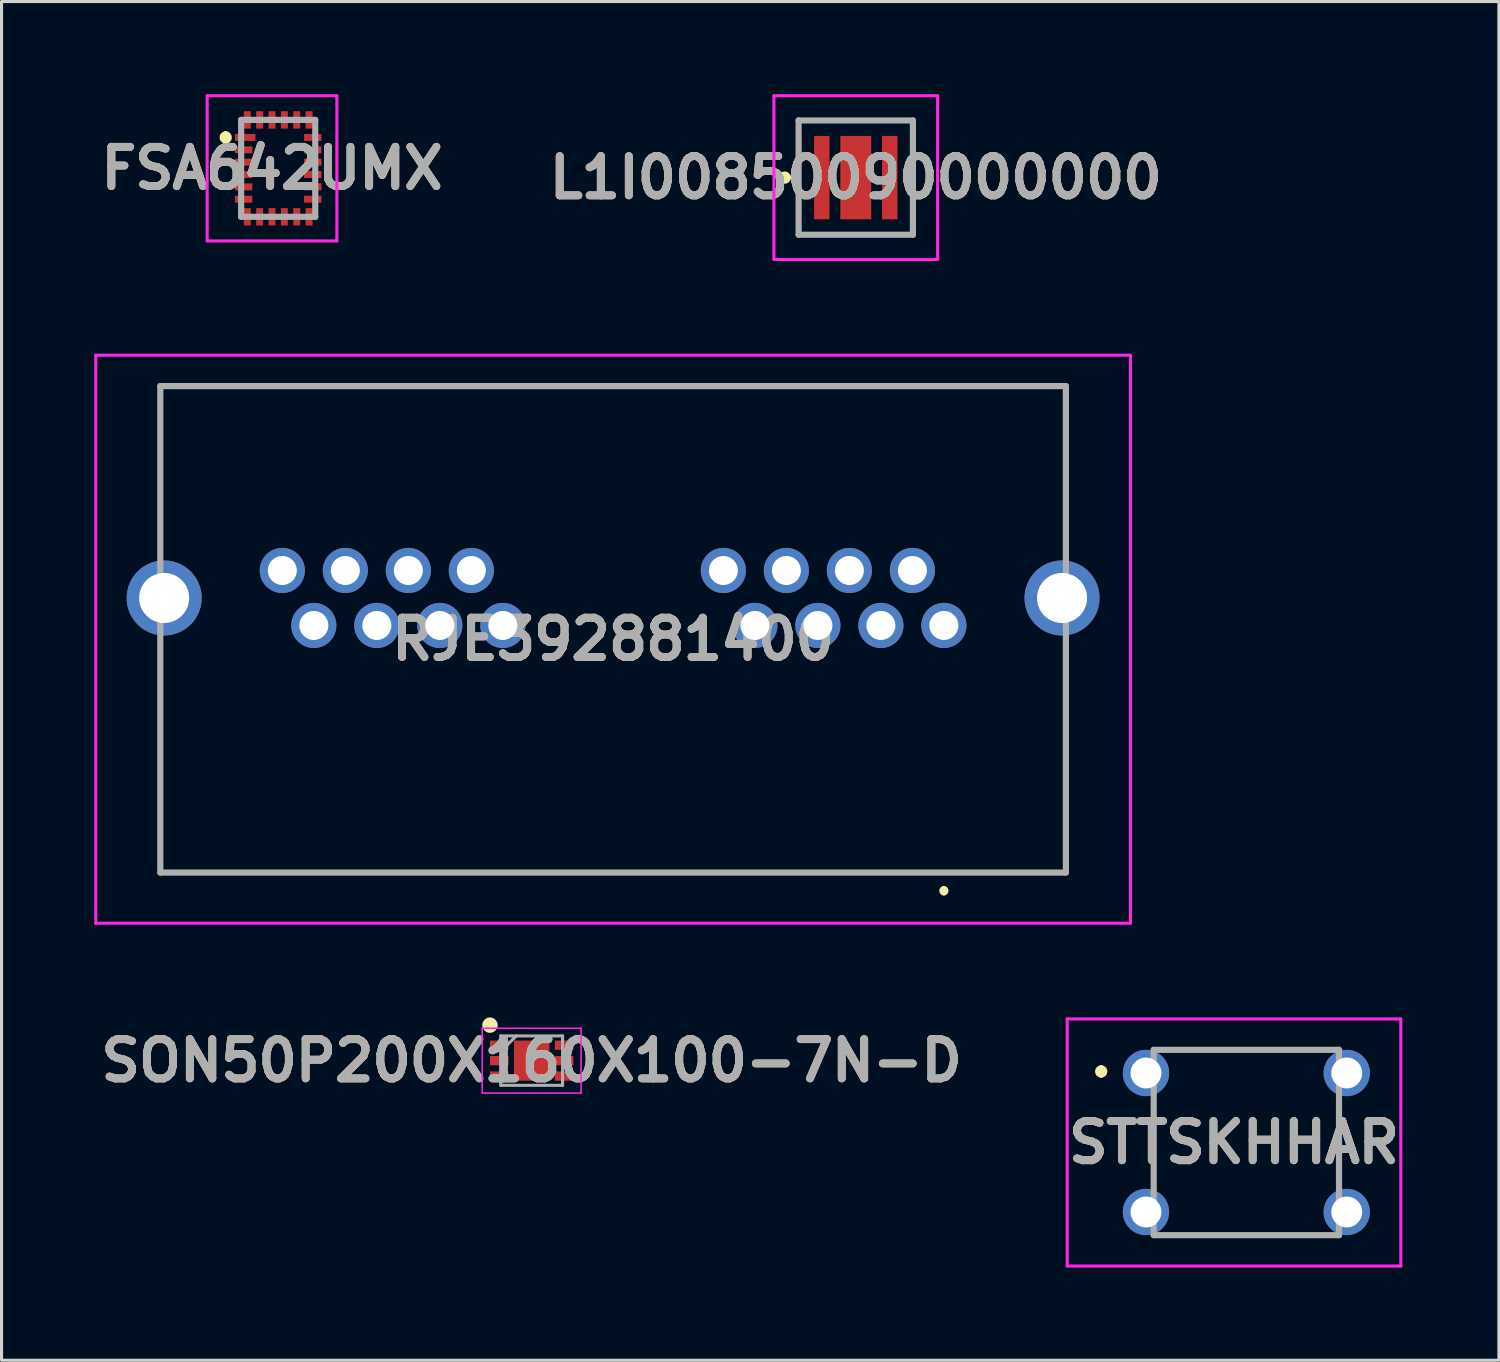
<source format=kicad_pcb>
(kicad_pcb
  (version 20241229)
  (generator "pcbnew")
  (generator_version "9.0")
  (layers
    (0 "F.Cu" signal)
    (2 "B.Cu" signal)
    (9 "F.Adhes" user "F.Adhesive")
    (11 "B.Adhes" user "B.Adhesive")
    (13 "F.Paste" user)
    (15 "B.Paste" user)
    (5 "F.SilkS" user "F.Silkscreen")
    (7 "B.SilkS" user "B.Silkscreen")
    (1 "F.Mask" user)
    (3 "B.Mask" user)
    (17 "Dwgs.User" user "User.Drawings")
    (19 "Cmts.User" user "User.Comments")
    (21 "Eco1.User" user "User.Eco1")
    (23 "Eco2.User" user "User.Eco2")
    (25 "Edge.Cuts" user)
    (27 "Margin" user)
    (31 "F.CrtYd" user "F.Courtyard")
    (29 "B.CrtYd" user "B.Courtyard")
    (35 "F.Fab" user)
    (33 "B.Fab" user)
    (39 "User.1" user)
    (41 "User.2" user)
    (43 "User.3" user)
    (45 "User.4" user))
  (footprint "RJE392881400"
    (layer "F.Cu")
    (at 27.51 17.2)
    (property "Reference" "RJE392881400" (at -10.71 0.445 0) (layer "F.SilkS") (effects (font (size 1.27 1.27) (thickness 0.254))))
    (attr through_hole)
    (fp_line (start -23.465 -7.75) (end 2.045 -7.75) (stroke (width 0.1) (type solid)) (layer "F.SilkS"))
    (fp_line (start -23.465 8) (end 2.045 8) (stroke (width 0.1) (type solid)) (layer "F.SilkS"))
    (fp_line (start 0 8.54) (end 0 8.54) (stroke (width 0.2) (type solid)) (layer "F.SilkS"))
    (fp_line (start 0 8.64) (end 0 8.64) (stroke (width 0.2) (type solid)) (layer "F.SilkS"))
    (fp_line (start 2.045 -7.75) (end 3.95 -7.75) (stroke (width 0.1) (type solid)) (layer "F.SilkS"))
    (fp_arc (start 0 8.54) (mid 0.05 8.59) (end 0 8.64) (stroke (width 0.2) (type solid)) (layer "F.SilkS"))
    (fp_arc (start 0 8.64) (mid -0.05 8.59) (end 0 8.54) (stroke (width 0.2) (type solid)) (layer "F.SilkS"))
    (fp_line (start -27.46 -8.75) (end 6.04 -8.75) (stroke (width 0.1) (type solid)) (layer "F.CrtYd"))
    (fp_line (start -27.46 9.64) (end -27.46 -8.75) (stroke (width 0.1) (type solid)) (layer "F.CrtYd"))
    (fp_line (start 6.04 -8.75) (end 6.04 9.64) (stroke (width 0.1) (type solid)) (layer "F.CrtYd"))
    (fp_line (start 6.04 9.64) (end -27.46 9.64) (stroke (width 0.1) (type solid)) (layer "F.CrtYd"))
    (fp_line (start -25.37 -7.75) (end 3.95 -7.75) (stroke (width 0.2) (type solid)) (layer "F.Fab"))
    (fp_line (start -25.37 8) (end -25.37 -7.75) (stroke (width 0.2) (type solid)) (layer "F.Fab"))
    (fp_line (start 3.95 -7.75) (end 3.95 8) (stroke (width 0.2) (type solid)) (layer "F.Fab"))
    (fp_line (start 3.95 8) (end -25.37 8) (stroke (width 0.2) (type solid)) (layer "F.Fab"))
    (fp_text user "${REFERENCE}" (at -10.71 0.445 0) (layer "F.Fab") (effects (font (size 1.27 1.27) (thickness 0.254))))
    (pad "" np_thru_hole circle (at -23.465 2.54) (size 0.001 0.001) (drill 3.3) (layers "*.Cu" "*.Mask"))
    (pad "" np_thru_hole circle (at 2.045 2.54) (size 0.001 0.001) (drill 3.3) (layers "*.Cu" "*.Mask"))
    (pad "1" thru_hole circle (at 0 0) (size 1.462 1.462) (drill 0.94) (layers "*.Cu" "*.Mask"))
    (pad "2" thru_hole circle (at -1.02 -1.78) (size 1.462 1.462) (drill 0.94) (layers "*.Cu" "*.Mask"))
    (pad "3" thru_hole circle (at -2.04 0) (size 1.462 1.462) (drill 0.94) (layers "*.Cu" "*.Mask"))
    (pad "4" thru_hole circle (at -3.06 -1.78) (size 1.462 1.462) (drill 0.94) (layers "*.Cu" "*.Mask"))
    (pad "5" thru_hole circle (at -4.08 0) (size 1.462 1.462) (drill 0.94) (layers "*.Cu" "*.Mask"))
    (pad "6" thru_hole circle (at -5.1 -1.78) (size 1.462 1.462) (drill 0.94) (layers "*.Cu" "*.Mask"))
    (pad "7" thru_hole circle (at -6.12 0) (size 1.462 1.462) (drill 0.94) (layers "*.Cu" "*.Mask"))
    (pad "8" thru_hole circle (at -7.14 -1.78) (size 1.462 1.462) (drill 0.94) (layers "*.Cu" "*.Mask"))
    (pad "9" thru_hole circle (at -14.28 0) (size 1.462 1.462) (drill 0.94) (layers "*.Cu" "*.Mask"))
    (pad "10" thru_hole circle (at -15.3 -1.78) (size 1.462 1.462) (drill 0.94) (layers "*.Cu" "*.Mask"))
    (pad "11" thru_hole circle (at -16.32 0) (size 1.462 1.462) (drill 0.94) (layers "*.Cu" "*.Mask"))
    (pad "12" thru_hole circle (at -17.34 -1.78) (size 1.462 1.462) (drill 0.94) (layers "*.Cu" "*.Mask"))
    (pad "13" thru_hole circle (at -18.36 0) (size 1.462 1.462) (drill 0.94) (layers "*.Cu" "*.Mask"))
    (pad "14" thru_hole circle (at -19.38 -1.78) (size 1.462 1.462) (drill 0.94) (layers "*.Cu" "*.Mask"))
    (pad "15" thru_hole circle (at -20.4 0) (size 1.462 1.462) (drill 0.94) (layers "*.Cu" "*.Mask"))
    (pad "16" thru_hole circle (at -21.42 -1.78) (size 1.462 1.462) (drill 0.94) (layers "*.Cu" "*.Mask"))
    (pad "MH1" thru_hole circle (at -25.245 -0.89) (size 2.43 2.43) (drill 1.62) (layers "*.Cu" "*.Mask"))
    (pad "MH2" thru_hole circle (at 3.825 -0.89) (size 2.43 2.43) (drill 1.62) (layers "*.Cu" "*.Mask")))
  (footprint "STTSKHHAR"
    (layer "F.Cu")
    (at 36.528 33.94)
    (property "Reference" "STTSKHHAR" (at 0.375 0 0) (layer "F.SilkS") (effects (font (size 1.27 1.27) (thickness 0.254))))
    (attr through_hole)
    (fp_line (start -3.925 -2.4) (end -3.925 -2.4) (stroke (width 0.2) (type solid)) (layer "F.SilkS"))
    (fp_line (start -3.925 -2.2) (end -3.925 -2.2) (stroke (width 0.2) (type solid)) (layer "F.SilkS"))
    (fp_line (start -2.225 1) (end -2.225 -1) (stroke (width 0.1) (type solid)) (layer "F.SilkS"))
    (fp_line (start -1.725 -3) (end 3.275 -3) (stroke (width 0.1) (type solid)) (layer "F.SilkS"))
    (fp_line (start -1.725 3) (end 3.275 3) (stroke (width 0.1) (type solid)) (layer "F.SilkS"))
    (fp_line (start 3.775 1) (end 3.775 -1) (stroke (width 0.1) (type solid)) (layer "F.SilkS"))
    (fp_arc (start -3.925 -2.4) (mid -3.825 -2.3) (end -3.925 -2.2) (stroke (width 0.2) (type solid)) (layer "F.SilkS"))
    (fp_arc (start -3.925 -2.2) (mid -4.025 -2.3) (end -3.925 -2.4) (stroke (width 0.2) (type solid)) (layer "F.SilkS"))
    (fp_line (start -5.025 -4) (end 5.775 -4) (stroke (width 0.1) (type solid)) (layer "F.CrtYd"))
    (fp_line (start -5.025 4) (end -5.025 -4) (stroke (width 0.1) (type solid)) (layer "F.CrtYd"))
    (fp_line (start 5.775 -4) (end 5.775 4) (stroke (width 0.1) (type solid)) (layer "F.CrtYd"))
    (fp_line (start 5.775 4) (end -5.025 4) (stroke (width 0.1) (type solid)) (layer "F.CrtYd"))
    (fp_line (start -2.225 -3) (end 3.775 -3) (stroke (width 0.2) (type solid)) (layer "F.Fab"))
    (fp_line (start -2.225 3) (end -2.225 -3) (stroke (width 0.2) (type solid)) (layer "F.Fab"))
    (fp_line (start 3.775 -3) (end 3.775 3) (stroke (width 0.2) (type solid)) (layer "F.Fab"))
    (fp_line (start 3.775 3) (end -2.225 3) (stroke (width 0.2) (type solid)) (layer "F.Fab"))
    (fp_text user "${REFERENCE}" (at 0.375 0 0) (layer "F.Fab") (effects (font (size 1.27 1.27) (thickness 0.254))))
    (pad "1" thru_hole circle (at -2.475 -2.25) (size 1.5 1.5) (drill 1) (layers "*.Cu" "*.Mask"))
    (pad "2" thru_hole circle (at 4.025 -2.25) (size 1.5 1.5) (drill 1) (layers "*.Cu" "*.Mask"))
    (pad "3" thru_hole circle (at 4.025 2.25) (size 1.5 1.5) (drill 1) (layers "*.Cu" "*.Mask"))
    (pad "4" thru_hole circle (at -2.475 2.25) (size 1.5 1.5) (drill 1) (layers "*.Cu" "*.Mask")))
  (footprint "L1I00850090000000"
    (layer "F.Cu")
    (at 24.657 2.7)
    (property "Reference" "L1I00850090000000" (at 0 0 0) (layer "F.SilkS") (effects (font (size 1.27 1.27) (thickness 0.254))))
    (attr smd)
    (fp_line (start -2.4 0) (end -2.4 0) (stroke (width 0.2) (type solid)) (layer "F.SilkS"))
    (fp_line (start -2.2 0) (end -2.2 0) (stroke (width 0.2) (type solid)) (layer "F.SilkS"))
    (fp_line (start -1.85 -1.85) (end 1.85 -1.85) (stroke (width 0.1) (type solid)) (layer "F.SilkS"))
    (fp_line (start -1.85 1.85) (end -1.85 -1.85) (stroke (width 0.1) (type solid)) (layer "F.SilkS"))
    (fp_line (start 1.85 -1.85) (end 1.85 1.85) (stroke (width 0.1) (type solid)) (layer "F.SilkS"))
    (fp_line (start 1.85 1.85) (end -1.85 1.85) (stroke (width 0.1) (type solid)) (layer "F.SilkS"))
    (fp_arc (start -2.4 0) (mid -2.3 -0.1) (end -2.2 0) (stroke (width 0.2) (type solid)) (layer "F.SilkS"))
    (fp_arc (start -2.2 0) (mid -2.3 0.1) (end -2.4 0) (stroke (width 0.2) (type solid)) (layer "F.SilkS"))
    (fp_line (start -2.65 -2.65) (end 2.65 -2.65) (stroke (width 0.1) (type solid)) (layer "F.CrtYd"))
    (fp_line (start -2.65 2.65) (end -2.65 -2.65) (stroke (width 0.1) (type solid)) (layer "F.CrtYd"))
    (fp_line (start 2.65 -2.65) (end 2.65 2.65) (stroke (width 0.1) (type solid)) (layer "F.CrtYd"))
    (fp_line (start 2.65 2.65) (end -2.65 2.65) (stroke (width 0.1) (type solid)) (layer "F.CrtYd"))
    (fp_line (start -1.85 -1.85) (end 1.85 -1.85) (stroke (width 0.2) (type solid)) (layer "F.Fab"))
    (fp_line (start -1.85 1.85) (end -1.85 -1.85) (stroke (width 0.2) (type solid)) (layer "F.Fab"))
    (fp_line (start 1.85 -1.85) (end 1.85 1.85) (stroke (width 0.2) (type solid)) (layer "F.Fab"))
    (fp_line (start 1.85 1.85) (end -1.85 1.85) (stroke (width 0.2) (type solid)) (layer "F.Fab"))
    (fp_text user "${REFERENCE}" (at 0 0 0) (layer "F.Fab") (effects (font (size 1.27 1.27) (thickness 0.254))))
    (pad "1" smd rect (at -1.1 0) (size 0.5 2.7) (layers "F.Cu" "F.Mask" "F.Paste"))
    (pad "2" smd rect (at 0 0) (size 1 2.7) (layers "F.Cu" "F.Mask" "F.Paste"))
    (pad "3" smd rect (at 1.1 0) (size 0.5 2.7) (layers "F.Cu" "F.Mask" "F.Paste")))
  (footprint "FSA642UMX"
    (layer "F.Cu")
    (at 5.957 2.4)
    (property "Reference" "FSA642UMX" (at -0.2 0 0) (layer "F.SilkS") (effects (font (size 1.27 1.27) (thickness 0.254))))
    (attr smd)
    (fp_line (start -1.7 -1.1) (end -1.7 -1.1) (stroke (width 0.2) (type solid)) (layer "F.SilkS"))
    (fp_line (start -1.7 -0.9) (end -1.7 -0.9) (stroke (width 0.2) (type solid)) (layer "F.SilkS"))
    (fp_arc (start -1.7 -1.1) (mid -1.6 -1) (end -1.7 -0.9) (stroke (width 0.2) (type solid)) (layer "F.SilkS"))
    (fp_arc (start -1.7 -0.9) (mid -1.8 -1) (end -1.7 -1.1) (stroke (width 0.2) (type solid)) (layer "F.SilkS"))
    (fp_line (start -2.3 -2.35) (end 1.9 -2.35) (stroke (width 0.1) (type solid)) (layer "F.CrtYd"))
    (fp_line (start -2.3 2.35) (end -2.3 -2.35) (stroke (width 0.1) (type solid)) (layer "F.CrtYd"))
    (fp_line (start 1.9 -2.35) (end 1.9 2.35) (stroke (width 0.1) (type solid)) (layer "F.CrtYd"))
    (fp_line (start 1.9 2.35) (end -2.3 2.35) (stroke (width 0.1) (type solid)) (layer "F.CrtYd"))
    (fp_line (start -1.2 -1.568) (end 1.2 -1.568) (stroke (width 0.2) (type solid)) (layer "F.Fab"))
    (fp_line (start -1.2 1.569) (end -1.2 -1.568) (stroke (width 0.2) (type solid)) (layer "F.Fab"))
    (fp_line (start 1.2 -1.568) (end 1.2 1.569) (stroke (width 0.2) (type solid)) (layer "F.Fab"))
    (fp_line (start 1.2 1.569) (end -1.2 1.569) (stroke (width 0.2) (type solid)) (layer "F.Fab"))
    (fp_text user "${REFERENCE}" (at -0.2 0 0) (layer "F.Fab") (effects (font (size 1.27 1.27) (thickness 0.254))))
    (pad "1" smd rect (at -1.069 -1 90) (size 0.225 0.663) (layers "F.Cu" "F.Mask" "F.Paste"))
    (pad "2" smd rect (at -1.119 -0.6 90) (size 0.225 0.563) (layers "F.Cu" "F.Mask" "F.Paste"))
    (pad "3" smd rect (at -1.119 -0.2 90) (size 0.225 0.563) (layers "F.Cu" "F.Mask" "F.Paste"))
    (pad "4" smd rect (at -1.119 0.2 90) (size 0.225 0.563) (layers "F.Cu" "F.Mask" "F.Paste"))
    (pad "5" smd rect (at -1.119 0.6 90) (size 0.225 0.563) (layers "F.Cu" "F.Mask" "F.Paste"))
    (pad "6" smd rect (at -1.119 1 90) (size 0.225 0.563) (layers "F.Cu" "F.Mask" "F.Paste"))
    (pad "7" smd rect (at 1.119 1 90) (size 0.225 0.563) (layers "F.Cu" "F.Mask" "F.Paste"))
    (pad "8" smd rect (at 1.119 0.6 90) (size 0.225 0.563) (layers "F.Cu" "F.Mask" "F.Paste"))
    (pad "9" smd rect (at 1.119 0.2 90) (size 0.225 0.563) (layers "F.Cu" "F.Mask" "F.Paste"))
    (pad "10" smd rect (at 1.119 -0.2 90) (size 0.225 0.563) (layers "F.Cu" "F.Mask" "F.Paste"))
    (pad "11" smd rect (at 1.119 -0.6 90) (size 0.225 0.563) (layers "F.Cu" "F.Mask" "F.Paste"))
    (pad "12" smd rect (at 1.119 -1 90) (size 0.225 0.563) (layers "F.Cu" "F.Mask" "F.Paste"))
    (pad "13" smd rect (at -0.2 1.569) (size 0.225 0.563) (layers "F.Cu" "F.Mask" "F.Paste"))
    (pad "14" smd rect (at -0.6 1.569) (size 0.225 0.563) (layers "F.Cu" "F.Mask" "F.Paste"))
    (pad "15" smd rect (at -1 1.569) (size 0.225 0.563) (layers "F.Cu" "F.Mask" "F.Paste"))
    (pad "16" smd rect (at 0.2 1.569) (size 0.225 0.563) (layers "F.Cu" "F.Mask" "F.Paste"))
    (pad "17" smd rect (at 0.6 1.569) (size 0.225 0.563) (layers "F.Cu" "F.Mask" "F.Paste"))
    (pad "18" smd rect (at 1 1.569) (size 0.225 0.563) (layers "F.Cu" "F.Mask" "F.Paste"))
    (pad "19" smd rect (at 1 -1.568) (size 0.225 0.563) (layers "F.Cu" "F.Mask" "F.Paste"))
    (pad "20" smd rect (at 0.6 -1.568) (size 0.225 0.563) (layers "F.Cu" "F.Mask" "F.Paste"))
    (pad "21" smd rect (at 0.2 -1.568) (size 0.225 0.563) (layers "F.Cu" "F.Mask" "F.Paste"))
    (pad "22" smd rect (at -0.2 -1.568) (size 0.225 0.563) (layers "F.Cu" "F.Mask" "F.Paste"))
    (pad "23" smd rect (at -0.6 -1.568) (size 0.225 0.563) (layers "F.Cu" "F.Mask" "F.Paste"))
    (pad "24" smd rect (at -1 -1.568) (size 0.225 0.563) (layers "F.Cu" "F.Mask" "F.Paste")))
  (footprint "SON50P200X160X100-7N-D"
    (layer "F.Cu")
    (at 14.164 31.29)
    (property "Reference" "SON50P200X160X100-7N-D" (at 0 0 0) (layer "F.SilkS") (effects (font (size 1.27 1.27) (thickness 0.254))))
    (attr smd)
    (fp_circle (center -1.35 -1.15) (end -1.35 -1.025) (stroke (width 0.25) (type solid)) (fill no) (layer "F.SilkS"))
    (fp_line (start -1.6 -1.05) (end 1.6 -1.05) (stroke (width 0.05) (type solid)) (layer "F.CrtYd"))
    (fp_line (start -1.6 1.05) (end -1.6 -1.05) (stroke (width 0.05) (type solid)) (layer "F.CrtYd"))
    (fp_line (start 1.6 -1.05) (end 1.6 1.05) (stroke (width 0.05) (type solid)) (layer "F.CrtYd"))
    (fp_line (start 1.6 1.05) (end -1.6 1.05) (stroke (width 0.05) (type solid)) (layer "F.CrtYd"))
    (fp_line (start -1 -0.8) (end 1 -0.8) (stroke (width 0.1) (type solid)) (layer "F.Fab"))
    (fp_line (start -1 -0.3) (end -0.5 -0.8) (stroke (width 0.1) (type solid)) (layer "F.Fab"))
    (fp_line (start -1 0.8) (end -1 -0.8) (stroke (width 0.1) (type solid)) (layer "F.Fab"))
    (fp_line (start 1 -0.8) (end 1 0.8) (stroke (width 0.1) (type solid)) (layer "F.Fab"))
    (fp_line (start 1 0.8) (end -1 0.8) (stroke (width 0.1) (type solid)) (layer "F.Fab"))
    (fp_text user "${REFERENCE}" (at 0 0 0) (layer "F.Fab") (effects (font (size 1.27 1.27) (thickness 0.254))))
    (pad "1" smd rect (at -1.05 -0.5 90) (size 0.3 0.6) (layers "F.Cu" "F.Mask" "F.Paste"))
    (pad "2" smd rect (at -1.05 0 90) (size 0.3 0.6) (layers "F.Cu" "F.Mask" "F.Paste"))
    (pad "3" smd rect (at -1.05 0.5 90) (size 0.3 0.6) (layers "F.Cu" "F.Mask" "F.Paste"))
    (pad "4" smd rect (at 1.05 0.5 90) (size 0.3 0.6) (layers "F.Cu" "F.Mask" "F.Paste"))
    (pad "5" smd rect (at 1.05 0 90) (size 0.3 0.6) (layers "F.Cu" "F.Mask" "F.Paste"))
    (pad "6" smd rect (at 1.05 -0.5 90) (size 0.3 0.6) (layers "F.Cu" "F.Mask" "F.Paste"))
    (pad "7" smd rect (at 0 0) (size 1.15 1.3) (layers "F.Cu" "F.Mask" "F.Paste")))
  (gr_rect
    (start -3 -3)
    (end 45.479 40.99)
    (stroke (width 0.1) (type default))
    (fill no)
    (layer "Edge.Cuts")))
</source>
